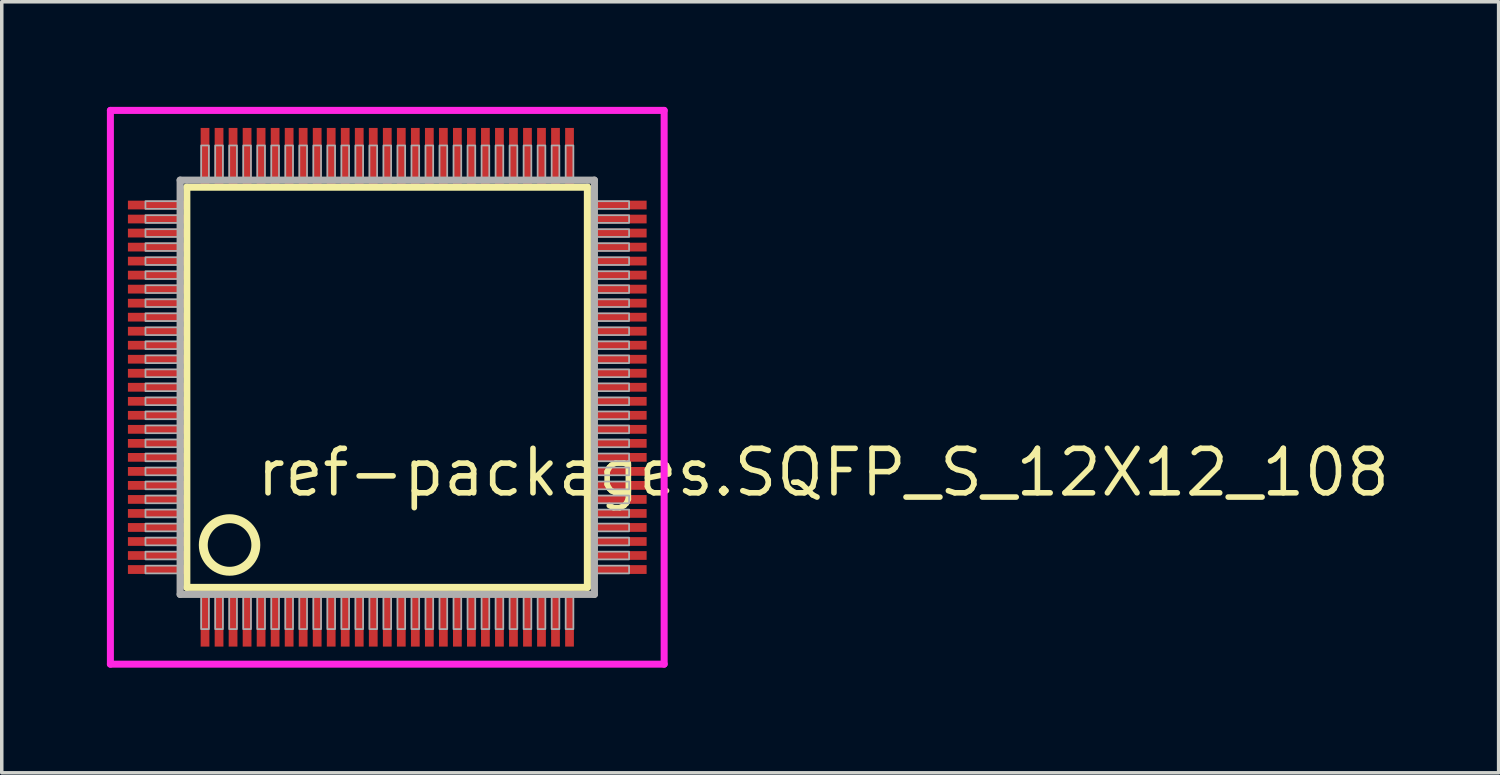
<source format=kicad_pcb>
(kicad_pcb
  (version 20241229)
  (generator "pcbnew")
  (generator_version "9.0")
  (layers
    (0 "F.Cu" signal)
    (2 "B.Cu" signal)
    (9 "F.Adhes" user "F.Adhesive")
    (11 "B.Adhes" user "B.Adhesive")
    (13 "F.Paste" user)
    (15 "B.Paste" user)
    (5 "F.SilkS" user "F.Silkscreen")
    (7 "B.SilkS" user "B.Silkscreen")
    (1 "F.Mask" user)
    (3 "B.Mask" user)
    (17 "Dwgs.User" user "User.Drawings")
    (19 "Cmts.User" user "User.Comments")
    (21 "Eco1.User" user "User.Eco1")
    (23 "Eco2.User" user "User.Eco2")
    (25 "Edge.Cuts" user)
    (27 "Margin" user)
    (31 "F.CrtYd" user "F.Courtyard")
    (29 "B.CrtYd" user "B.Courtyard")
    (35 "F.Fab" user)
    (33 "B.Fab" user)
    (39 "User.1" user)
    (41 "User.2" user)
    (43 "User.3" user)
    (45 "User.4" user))
  (footprint "ref-packages.SQFP_S_12X12_108"
    (layer "F.Cu")
    (at 8 8)
    (property "Reference" "ref-packages.SQFP_S_12X12_108" (at -3.81 3.175 0) (layer "F.SilkS") (effects (font (size 1.27 1.27) (thickness 0.16)) (justify left bottom)))
    (attr smd)
    (fp_line (start -5.72 -5.71) (end 5.71 -5.71) (stroke (width 0.203) (type default)) (layer "F.SilkS"))
    (fp_line (start -5.72 5.71) (end -5.72 -5.71) (stroke (width 0.203) (type default)) (layer "F.SilkS"))
    (fp_line (start 5.71 -5.71) (end 5.71 5.71) (stroke (width 0.203) (type default)) (layer "F.SilkS"))
    (fp_line (start 5.71 5.71) (end -5.72 5.71) (stroke (width 0.203) (type default)) (layer "F.SilkS"))
    (fp_circle (center -4.5 4.5) (end -3.75 4.5) (stroke (width 0.254) (type default)) (fill no) (layer "F.SilkS"))
    (fp_line (start -7.9 -7.9) (end 7.9 -7.9) (stroke (width 0.2) (type default)) (layer "F.CrtYd"))
    (fp_line (start -7.9 7.9) (end -7.9 -7.9) (stroke (width 0.2) (type default)) (layer "F.CrtYd"))
    (fp_line (start 7.9 -7.9) (end 7.9 7.9) (stroke (width 0.2) (type default)) (layer "F.CrtYd"))
    (fp_line (start 7.9 7.9) (end -7.9 7.9) (stroke (width 0.2) (type default)) (layer "F.CrtYd"))
    (fp_line (start -5.91 -5.91) (end -5.91 5.91) (stroke (width 0.203) (type default)) (layer "F.Fab"))
    (fp_line (start -5.91 5.91) (end 5.91 5.91) (stroke (width 0.203) (type default)) (layer "F.Fab"))
    (fp_line (start 5.91 -5.91) (end -5.91 -5.91) (stroke (width 0.203) (type default)) (layer "F.Fab"))
    (fp_line (start 5.91 5.91) (end 5.91 -5.91) (stroke (width 0.203) (type default)) (layer "F.Fab"))
    (fp_rect (start -6.9 -5.09) (end -5.95 -5.31) (stroke (width 0.05) (type default)) (fill no) (layer "F.Fab"))
    (fp_rect (start -6.9 -4.69) (end -5.95 -4.91) (stroke (width 0.05) (type default)) (fill no) (layer "F.Fab"))
    (fp_rect (start -6.9 -4.29) (end -5.95 -4.51) (stroke (width 0.05) (type default)) (fill no) (layer "F.Fab"))
    (fp_rect (start -6.9 -3.89) (end -5.95 -4.11) (stroke (width 0.05) (type default)) (fill no) (layer "F.Fab"))
    (fp_rect (start -6.9 -3.49) (end -5.95 -3.71) (stroke (width 0.05) (type default)) (fill no) (layer "F.Fab"))
    (fp_rect (start -6.9 -3.09) (end -5.95 -3.31) (stroke (width 0.05) (type default)) (fill no) (layer "F.Fab"))
    (fp_rect (start -6.9 -2.69) (end -5.95 -2.91) (stroke (width 0.05) (type default)) (fill no) (layer "F.Fab"))
    (fp_rect (start -6.9 -2.29) (end -5.95 -2.51) (stroke (width 0.05) (type default)) (fill no) (layer "F.Fab"))
    (fp_rect (start -6.9 -1.89) (end -5.95 -2.11) (stroke (width 0.05) (type default)) (fill no) (layer "F.Fab"))
    (fp_rect (start -6.9 -1.49) (end -5.95 -1.71) (stroke (width 0.05) (type default)) (fill no) (layer "F.Fab"))
    (fp_rect (start -6.9 -1.09) (end -5.95 -1.31) (stroke (width 0.05) (type default)) (fill no) (layer "F.Fab"))
    (fp_rect (start -6.9 -0.69) (end -5.95 -0.91) (stroke (width 0.05) (type default)) (fill no) (layer "F.Fab"))
    (fp_rect (start -6.9 -0.29) (end -5.95 -0.51) (stroke (width 0.05) (type default)) (fill no) (layer "F.Fab"))
    (fp_rect (start -6.9 0.11) (end -5.95 -0.11) (stroke (width 0.05) (type default)) (fill no) (layer "F.Fab"))
    (fp_rect (start -6.9 0.51) (end -5.95 0.29) (stroke (width 0.05) (type default)) (fill no) (layer "F.Fab"))
    (fp_rect (start -6.9 0.91) (end -5.95 0.69) (stroke (width 0.05) (type default)) (fill no) (layer "F.Fab"))
    (fp_rect (start -6.9 1.31) (end -5.95 1.09) (stroke (width 0.05) (type default)) (fill no) (layer "F.Fab"))
    (fp_rect (start -6.9 1.71) (end -5.95 1.49) (stroke (width 0.05) (type default)) (fill no) (layer "F.Fab"))
    (fp_rect (start -6.9 2.11) (end -5.95 1.89) (stroke (width 0.05) (type default)) (fill no) (layer "F.Fab"))
    (fp_rect (start -6.9 2.51) (end -5.95 2.29) (stroke (width 0.05) (type default)) (fill no) (layer "F.Fab"))
    (fp_rect (start -6.9 2.91) (end -5.95 2.69) (stroke (width 0.05) (type default)) (fill no) (layer "F.Fab"))
    (fp_rect (start -6.9 3.31) (end -5.95 3.09) (stroke (width 0.05) (type default)) (fill no) (layer "F.Fab"))
    (fp_rect (start -6.9 3.71) (end -5.95 3.49) (stroke (width 0.05) (type default)) (fill no) (layer "F.Fab"))
    (fp_rect (start -6.9 4.11) (end -5.95 3.89) (stroke (width 0.05) (type default)) (fill no) (layer "F.Fab"))
    (fp_rect (start -6.9 4.51) (end -5.95 4.29) (stroke (width 0.05) (type default)) (fill no) (layer "F.Fab"))
    (fp_rect (start -6.9 4.91) (end -5.95 4.69) (stroke (width 0.05) (type default)) (fill no) (layer "F.Fab"))
    (fp_rect (start -6.9 5.31) (end -5.95 5.09) (stroke (width 0.05) (type default)) (fill no) (layer "F.Fab"))
    (fp_rect (start -5.31 -5.95) (end -5.09 -6.9) (stroke (width 0.05) (type default)) (fill no) (layer "F.Fab"))
    (fp_rect (start -5.31 6.9) (end -5.09 5.95) (stroke (width 0.05) (type default)) (fill no) (layer "F.Fab"))
    (fp_rect (start -4.91 -5.95) (end -4.69 -6.9) (stroke (width 0.05) (type default)) (fill no) (layer "F.Fab"))
    (fp_rect (start -4.91 6.9) (end -4.69 5.95) (stroke (width 0.05) (type default)) (fill no) (layer "F.Fab"))
    (fp_rect (start -4.51 -5.95) (end -4.29 -6.9) (stroke (width 0.05) (type default)) (fill no) (layer "F.Fab"))
    (fp_rect (start -4.51 6.9) (end -4.29 5.95) (stroke (width 0.05) (type default)) (fill no) (layer "F.Fab"))
    (fp_rect (start -4.11 -5.95) (end -3.89 -6.9) (stroke (width 0.05) (type default)) (fill no) (layer "F.Fab"))
    (fp_rect (start -4.11 6.9) (end -3.89 5.95) (stroke (width 0.05) (type default)) (fill no) (layer "F.Fab"))
    (fp_rect (start -3.71 -5.95) (end -3.49 -6.9) (stroke (width 0.05) (type default)) (fill no) (layer "F.Fab"))
    (fp_rect (start -3.71 6.9) (end -3.49 5.95) (stroke (width 0.05) (type default)) (fill no) (layer "F.Fab"))
    (fp_rect (start -3.31 -5.95) (end -3.09 -6.9) (stroke (width 0.05) (type default)) (fill no) (layer "F.Fab"))
    (fp_rect (start -3.31 6.9) (end -3.09 5.95) (stroke (width 0.05) (type default)) (fill no) (layer "F.Fab"))
    (fp_rect (start -2.91 -5.95) (end -2.69 -6.9) (stroke (width 0.05) (type default)) (fill no) (layer "F.Fab"))
    (fp_rect (start -2.91 6.9) (end -2.69 5.95) (stroke (width 0.05) (type default)) (fill no) (layer "F.Fab"))
    (fp_rect (start -2.51 -5.95) (end -2.29 -6.9) (stroke (width 0.05) (type default)) (fill no) (layer "F.Fab"))
    (fp_rect (start -2.51 6.9) (end -2.29 5.95) (stroke (width 0.05) (type default)) (fill no) (layer "F.Fab"))
    (fp_rect (start -2.11 -5.95) (end -1.89 -6.9) (stroke (width 0.05) (type default)) (fill no) (layer "F.Fab"))
    (fp_rect (start -2.11 6.9) (end -1.89 5.95) (stroke (width 0.05) (type default)) (fill no) (layer "F.Fab"))
    (fp_rect (start -1.71 -5.95) (end -1.49 -6.9) (stroke (width 0.05) (type default)) (fill no) (layer "F.Fab"))
    (fp_rect (start -1.71 6.9) (end -1.49 5.95) (stroke (width 0.05) (type default)) (fill no) (layer "F.Fab"))
    (fp_rect (start -1.31 -5.95) (end -1.09 -6.9) (stroke (width 0.05) (type default)) (fill no) (layer "F.Fab"))
    (fp_rect (start -1.31 6.9) (end -1.09 5.95) (stroke (width 0.05) (type default)) (fill no) (layer "F.Fab"))
    (fp_rect (start -0.91 -5.95) (end -0.69 -6.9) (stroke (width 0.05) (type default)) (fill no) (layer "F.Fab"))
    (fp_rect (start -0.91 6.9) (end -0.69 5.95) (stroke (width 0.05) (type default)) (fill no) (layer "F.Fab"))
    (fp_rect (start -0.51 -5.95) (end -0.29 -6.9) (stroke (width 0.05) (type default)) (fill no) (layer "F.Fab"))
    (fp_rect (start -0.51 6.9) (end -0.29 5.95) (stroke (width 0.05) (type default)) (fill no) (layer "F.Fab"))
    (fp_rect (start -0.11 -5.95) (end 0.11 -6.9) (stroke (width 0.05) (type default)) (fill no) (layer "F.Fab"))
    (fp_rect (start -0.11 6.9) (end 0.11 5.95) (stroke (width 0.05) (type default)) (fill no) (layer "F.Fab"))
    (fp_rect (start 0.29 -5.95) (end 0.51 -6.9) (stroke (width 0.05) (type default)) (fill no) (layer "F.Fab"))
    (fp_rect (start 0.29 6.9) (end 0.51 5.95) (stroke (width 0.05) (type default)) (fill no) (layer "F.Fab"))
    (fp_rect (start 0.69 -5.95) (end 0.91 -6.9) (stroke (width 0.05) (type default)) (fill no) (layer "F.Fab"))
    (fp_rect (start 0.69 6.9) (end 0.91 5.95) (stroke (width 0.05) (type default)) (fill no) (layer "F.Fab"))
    (fp_rect (start 1.09 -5.95) (end 1.31 -6.9) (stroke (width 0.05) (type default)) (fill no) (layer "F.Fab"))
    (fp_rect (start 1.09 6.9) (end 1.31 5.95) (stroke (width 0.05) (type default)) (fill no) (layer "F.Fab"))
    (fp_rect (start 1.49 -5.95) (end 1.71 -6.9) (stroke (width 0.05) (type default)) (fill no) (layer "F.Fab"))
    (fp_rect (start 1.49 6.9) (end 1.71 5.95) (stroke (width 0.05) (type default)) (fill no) (layer "F.Fab"))
    (fp_rect (start 1.89 -5.95) (end 2.11 -6.9) (stroke (width 0.05) (type default)) (fill no) (layer "F.Fab"))
    (fp_rect (start 1.89 6.9) (end 2.11 5.95) (stroke (width 0.05) (type default)) (fill no) (layer "F.Fab"))
    (fp_rect (start 2.29 -5.95) (end 2.51 -6.9) (stroke (width 0.05) (type default)) (fill no) (layer "F.Fab"))
    (fp_rect (start 2.29 6.9) (end 2.51 5.95) (stroke (width 0.05) (type default)) (fill no) (layer "F.Fab"))
    (fp_rect (start 2.69 -5.95) (end 2.91 -6.9) (stroke (width 0.05) (type default)) (fill no) (layer "F.Fab"))
    (fp_rect (start 2.69 6.9) (end 2.91 5.95) (stroke (width 0.05) (type default)) (fill no) (layer "F.Fab"))
    (fp_rect (start 3.09 -5.95) (end 3.31 -6.9) (stroke (width 0.05) (type default)) (fill no) (layer "F.Fab"))
    (fp_rect (start 3.09 6.9) (end 3.31 5.95) (stroke (width 0.05) (type default)) (fill no) (layer "F.Fab"))
    (fp_rect (start 3.49 -5.95) (end 3.71 -6.9) (stroke (width 0.05) (type default)) (fill no) (layer "F.Fab"))
    (fp_rect (start 3.49 6.9) (end 3.71 5.95) (stroke (width 0.05) (type default)) (fill no) (layer "F.Fab"))
    (fp_rect (start 3.89 -5.95) (end 4.11 -6.9) (stroke (width 0.05) (type default)) (fill no) (layer "F.Fab"))
    (fp_rect (start 3.89 6.9) (end 4.11 5.95) (stroke (width 0.05) (type default)) (fill no) (layer "F.Fab"))
    (fp_rect (start 4.29 -5.95) (end 4.51 -6.9) (stroke (width 0.05) (type default)) (fill no) (layer "F.Fab"))
    (fp_rect (start 4.29 6.9) (end 4.51 5.95) (stroke (width 0.05) (type default)) (fill no) (layer "F.Fab"))
    (fp_rect (start 4.69 -5.95) (end 4.91 -6.9) (stroke (width 0.05) (type default)) (fill no) (layer "F.Fab"))
    (fp_rect (start 4.69 6.9) (end 4.91 5.95) (stroke (width 0.05) (type default)) (fill no) (layer "F.Fab"))
    (fp_rect (start 5.09 -5.95) (end 5.31 -6.9) (stroke (width 0.05) (type default)) (fill no) (layer "F.Fab"))
    (fp_rect (start 5.09 6.9) (end 5.31 5.95) (stroke (width 0.05) (type default)) (fill no) (layer "F.Fab"))
    (fp_rect (start 5.95 -5.09) (end 6.9 -5.31) (stroke (width 0.05) (type default)) (fill no) (layer "F.Fab"))
    (fp_rect (start 5.95 -4.69) (end 6.9 -4.91) (stroke (width 0.05) (type default)) (fill no) (layer "F.Fab"))
    (fp_rect (start 5.95 -4.29) (end 6.9 -4.51) (stroke (width 0.05) (type default)) (fill no) (layer "F.Fab"))
    (fp_rect (start 5.95 -3.89) (end 6.9 -4.11) (stroke (width 0.05) (type default)) (fill no) (layer "F.Fab"))
    (fp_rect (start 5.95 -3.49) (end 6.9 -3.71) (stroke (width 0.05) (type default)) (fill no) (layer "F.Fab"))
    (fp_rect (start 5.95 -3.09) (end 6.9 -3.31) (stroke (width 0.05) (type default)) (fill no) (layer "F.Fab"))
    (fp_rect (start 5.95 -2.69) (end 6.9 -2.91) (stroke (width 0.05) (type default)) (fill no) (layer "F.Fab"))
    (fp_rect (start 5.95 -2.29) (end 6.9 -2.51) (stroke (width 0.05) (type default)) (fill no) (layer "F.Fab"))
    (fp_rect (start 5.95 -1.89) (end 6.9 -2.11) (stroke (width 0.05) (type default)) (fill no) (layer "F.Fab"))
    (fp_rect (start 5.95 -1.49) (end 6.9 -1.71) (stroke (width 0.05) (type default)) (fill no) (layer "F.Fab"))
    (fp_rect (start 5.95 -1.09) (end 6.9 -1.31) (stroke (width 0.05) (type default)) (fill no) (layer "F.Fab"))
    (fp_rect (start 5.95 -0.69) (end 6.9 -0.91) (stroke (width 0.05) (type default)) (fill no) (layer "F.Fab"))
    (fp_rect (start 5.95 -0.29) (end 6.9 -0.51) (stroke (width 0.05) (type default)) (fill no) (layer "F.Fab"))
    (fp_rect (start 5.95 0.11) (end 6.9 -0.11) (stroke (width 0.05) (type default)) (fill no) (layer "F.Fab"))
    (fp_rect (start 5.95 0.51) (end 6.9 0.29) (stroke (width 0.05) (type default)) (fill no) (layer "F.Fab"))
    (fp_rect (start 5.95 0.91) (end 6.9 0.69) (stroke (width 0.05) (type default)) (fill no) (layer "F.Fab"))
    (fp_rect (start 5.95 1.31) (end 6.9 1.09) (stroke (width 0.05) (type default)) (fill no) (layer "F.Fab"))
    (fp_rect (start 5.95 1.71) (end 6.9 1.49) (stroke (width 0.05) (type default)) (fill no) (layer "F.Fab"))
    (fp_rect (start 5.95 2.11) (end 6.9 1.89) (stroke (width 0.05) (type default)) (fill no) (layer "F.Fab"))
    (fp_rect (start 5.95 2.51) (end 6.9 2.29) (stroke (width 0.05) (type default)) (fill no) (layer "F.Fab"))
    (fp_rect (start 5.95 2.91) (end 6.9 2.69) (stroke (width 0.05) (type default)) (fill no) (layer "F.Fab"))
    (fp_rect (start 5.95 3.31) (end 6.9 3.09) (stroke (width 0.05) (type default)) (fill no) (layer "F.Fab"))
    (fp_rect (start 5.95 3.71) (end 6.9 3.49) (stroke (width 0.05) (type default)) (fill no) (layer "F.Fab"))
    (fp_rect (start 5.95 4.11) (end 6.9 3.89) (stroke (width 0.05) (type default)) (fill no) (layer "F.Fab"))
    (fp_rect (start 5.95 4.51) (end 6.9 4.29) (stroke (width 0.05) (type default)) (fill no) (layer "F.Fab"))
    (fp_rect (start 5.95 4.91) (end 6.9 4.69) (stroke (width 0.05) (type default)) (fill no) (layer "F.Fab"))
    (fp_rect (start 5.95 5.31) (end 6.9 5.09) (stroke (width 0.05) (type default)) (fill no) (layer "F.Fab"))
    (pad "1" smd roundrect (at -5.2 6.6) (size 0.25 1.6) (layers "F.Cu" "F.Mask" "F.Paste") (roundrect_rratio 0.01))
    (pad "2" smd roundrect (at -4.8 6.6) (size 0.25 1.6) (layers "F.Cu" "F.Mask" "F.Paste") (roundrect_rratio 0.01))
    (pad "3" smd roundrect (at -4.4 6.6) (size 0.25 1.6) (layers "F.Cu" "F.Mask" "F.Paste") (roundrect_rratio 0.01))
    (pad "4" smd roundrect (at -4 6.6) (size 0.25 1.6) (layers "F.Cu" "F.Mask" "F.Paste") (roundrect_rratio 0.01))
    (pad "5" smd roundrect (at -3.6 6.6) (size 0.25 1.6) (layers "F.Cu" "F.Mask" "F.Paste") (roundrect_rratio 0.01))
    (pad "6" smd roundrect (at -3.2 6.6) (size 0.25 1.6) (layers "F.Cu" "F.Mask" "F.Paste") (roundrect_rratio 0.01))
    (pad "7" smd roundrect (at -2.8 6.6) (size 0.25 1.6) (layers "F.Cu" "F.Mask" "F.Paste") (roundrect_rratio 0.01))
    (pad "8" smd roundrect (at -2.4 6.6) (size 0.25 1.6) (layers "F.Cu" "F.Mask" "F.Paste") (roundrect_rratio 0.01))
    (pad "9" smd roundrect (at -2 6.6) (size 0.25 1.6) (layers "F.Cu" "F.Mask" "F.Paste") (roundrect_rratio 0.01))
    (pad "10" smd roundrect (at -1.6 6.6) (size 0.25 1.6) (layers "F.Cu" "F.Mask" "F.Paste") (roundrect_rratio 0.01))
    (pad "11" smd roundrect (at -1.2 6.6) (size 0.25 1.6) (layers "F.Cu" "F.Mask" "F.Paste") (roundrect_rratio 0.01))
    (pad "12" smd roundrect (at -0.8 6.6) (size 0.25 1.6) (layers "F.Cu" "F.Mask" "F.Paste") (roundrect_rratio 0.01))
    (pad "13" smd roundrect (at -0.4 6.6) (size 0.25 1.6) (layers "F.Cu" "F.Mask" "F.Paste") (roundrect_rratio 0.01))
    (pad "14" smd roundrect (at 0 6.6) (size 0.25 1.6) (layers "F.Cu" "F.Mask" "F.Paste") (roundrect_rratio 0.01))
    (pad "15" smd roundrect (at 0.4 6.6) (size 0.25 1.6) (layers "F.Cu" "F.Mask" "F.Paste") (roundrect_rratio 0.01))
    (pad "16" smd roundrect (at 0.8 6.6) (size 0.25 1.6) (layers "F.Cu" "F.Mask" "F.Paste") (roundrect_rratio 0.01))
    (pad "17" smd roundrect (at 1.2 6.6) (size 0.25 1.6) (layers "F.Cu" "F.Mask" "F.Paste") (roundrect_rratio 0.01))
    (pad "18" smd roundrect (at 1.6 6.6) (size 0.25 1.6) (layers "F.Cu" "F.Mask" "F.Paste") (roundrect_rratio 0.01))
    (pad "19" smd roundrect (at 2 6.6) (size 0.25 1.6) (layers "F.Cu" "F.Mask" "F.Paste") (roundrect_rratio 0.01))
    (pad "20" smd roundrect (at 2.4 6.6) (size 0.25 1.6) (layers "F.Cu" "F.Mask" "F.Paste") (roundrect_rratio 0.01))
    (pad "21" smd roundrect (at 2.8 6.6) (size 0.25 1.6) (layers "F.Cu" "F.Mask" "F.Paste") (roundrect_rratio 0.01))
    (pad "22" smd roundrect (at 3.2 6.6) (size 0.25 1.6) (layers "F.Cu" "F.Mask" "F.Paste") (roundrect_rratio 0.01))
    (pad "23" smd roundrect (at 3.6 6.6) (size 0.25 1.6) (layers "F.Cu" "F.Mask" "F.Paste") (roundrect_rratio 0.01))
    (pad "24" smd roundrect (at 4 6.6) (size 0.25 1.6) (layers "F.Cu" "F.Mask" "F.Paste") (roundrect_rratio 0.01))
    (pad "25" smd roundrect (at 4.4 6.6) (size 0.25 1.6) (layers "F.Cu" "F.Mask" "F.Paste") (roundrect_rratio 0.01))
    (pad "26" smd roundrect (at 4.8 6.6) (size 0.25 1.6) (layers "F.Cu" "F.Mask" "F.Paste") (roundrect_rratio 0.01))
    (pad "27" smd roundrect (at 5.2 6.6) (size 0.25 1.6) (layers "F.Cu" "F.Mask" "F.Paste") (roundrect_rratio 0.01))
    (pad "28" smd roundrect (at 6.6 5.2) (size 1.6 0.25) (layers "F.Cu" "F.Mask" "F.Paste") (roundrect_rratio 0.01))
    (pad "29" smd roundrect (at 6.6 4.8) (size 1.6 0.25) (layers "F.Cu" "F.Mask" "F.Paste") (roundrect_rratio 0.01))
    (pad "30" smd roundrect (at 6.6 4.4) (size 1.6 0.25) (layers "F.Cu" "F.Mask" "F.Paste") (roundrect_rratio 0.01))
    (pad "31" smd roundrect (at 6.6 4) (size 1.6 0.25) (layers "F.Cu" "F.Mask" "F.Paste") (roundrect_rratio 0.01))
    (pad "32" smd roundrect (at 6.6 3.6) (size 1.6 0.25) (layers "F.Cu" "F.Mask" "F.Paste") (roundrect_rratio 0.01))
    (pad "33" smd roundrect (at 6.6 3.2) (size 1.6 0.25) (layers "F.Cu" "F.Mask" "F.Paste") (roundrect_rratio 0.01))
    (pad "34" smd roundrect (at 6.6 2.8) (size 1.6 0.25) (layers "F.Cu" "F.Mask" "F.Paste") (roundrect_rratio 0.01))
    (pad "35" smd roundrect (at 6.6 2.4) (size 1.6 0.25) (layers "F.Cu" "F.Mask" "F.Paste") (roundrect_rratio 0.01))
    (pad "36" smd roundrect (at 6.6 2) (size 1.6 0.25) (layers "F.Cu" "F.Mask" "F.Paste") (roundrect_rratio 0.01))
    (pad "37" smd roundrect (at 6.6 1.6) (size 1.6 0.25) (layers "F.Cu" "F.Mask" "F.Paste") (roundrect_rratio 0.01))
    (pad "38" smd roundrect (at 6.6 1.2) (size 1.6 0.25) (layers "F.Cu" "F.Mask" "F.Paste") (roundrect_rratio 0.01))
    (pad "39" smd roundrect (at 6.6 0.8) (size 1.6 0.25) (layers "F.Cu" "F.Mask" "F.Paste") (roundrect_rratio 0.01))
    (pad "40" smd roundrect (at 6.6 0.4) (size 1.6 0.25) (layers "F.Cu" "F.Mask" "F.Paste") (roundrect_rratio 0.01))
    (pad "41" smd roundrect (at 6.6 0) (size 1.6 0.25) (layers "F.Cu" "F.Mask" "F.Paste") (roundrect_rratio 0.01))
    (pad "42" smd roundrect (at 6.6 -0.4) (size 1.6 0.25) (layers "F.Cu" "F.Mask" "F.Paste") (roundrect_rratio 0.01))
    (pad "43" smd roundrect (at 6.6 -0.8) (size 1.6 0.25) (layers "F.Cu" "F.Mask" "F.Paste") (roundrect_rratio 0.01))
    (pad "44" smd roundrect (at 6.6 -1.2) (size 1.6 0.25) (layers "F.Cu" "F.Mask" "F.Paste") (roundrect_rratio 0.01))
    (pad "45" smd roundrect (at 6.6 -1.6) (size 1.6 0.25) (layers "F.Cu" "F.Mask" "F.Paste") (roundrect_rratio 0.01))
    (pad "46" smd roundrect (at 6.6 -2) (size 1.6 0.25) (layers "F.Cu" "F.Mask" "F.Paste") (roundrect_rratio 0.01))
    (pad "47" smd roundrect (at 6.6 -2.4) (size 1.6 0.25) (layers "F.Cu" "F.Mask" "F.Paste") (roundrect_rratio 0.01))
    (pad "48" smd roundrect (at 6.6 -2.8) (size 1.6 0.25) (layers "F.Cu" "F.Mask" "F.Paste") (roundrect_rratio 0.01))
    (pad "49" smd roundrect (at 6.6 -3.2) (size 1.6 0.25) (layers "F.Cu" "F.Mask" "F.Paste") (roundrect_rratio 0.01))
    (pad "50" smd roundrect (at 6.6 -3.6) (size 1.6 0.25) (layers "F.Cu" "F.Mask" "F.Paste") (roundrect_rratio 0.01))
    (pad "51" smd roundrect (at 6.6 -4) (size 1.6 0.25) (layers "F.Cu" "F.Mask" "F.Paste") (roundrect_rratio 0.01))
    (pad "52" smd roundrect (at 6.6 -4.4) (size 1.6 0.25) (layers "F.Cu" "F.Mask" "F.Paste") (roundrect_rratio 0.01))
    (pad "53" smd roundrect (at 6.6 -4.8) (size 1.6 0.25) (layers "F.Cu" "F.Mask" "F.Paste") (roundrect_rratio 0.01))
    (pad "54" smd roundrect (at 6.6 -5.2) (size 1.6 0.25) (layers "F.Cu" "F.Mask" "F.Paste") (roundrect_rratio 0.01))
    (pad "55" smd roundrect (at 5.2 -6.6) (size 0.25 1.6) (layers "F.Cu" "F.Mask" "F.Paste") (roundrect_rratio 0.01))
    (pad "56" smd roundrect (at 4.8 -6.6) (size 0.25 1.6) (layers "F.Cu" "F.Mask" "F.Paste") (roundrect_rratio 0.01))
    (pad "57" smd roundrect (at 4.4 -6.6) (size 0.25 1.6) (layers "F.Cu" "F.Mask" "F.Paste") (roundrect_rratio 0.01))
    (pad "58" smd roundrect (at 4 -6.6) (size 0.25 1.6) (layers "F.Cu" "F.Mask" "F.Paste") (roundrect_rratio 0.01))
    (pad "59" smd roundrect (at 3.6 -6.6) (size 0.25 1.6) (layers "F.Cu" "F.Mask" "F.Paste") (roundrect_rratio 0.01))
    (pad "60" smd roundrect (at 3.2 -6.6) (size 0.25 1.6) (layers "F.Cu" "F.Mask" "F.Paste") (roundrect_rratio 0.01))
    (pad "61" smd roundrect (at 2.8 -6.6) (size 0.25 1.6) (layers "F.Cu" "F.Mask" "F.Paste") (roundrect_rratio 0.01))
    (pad "62" smd roundrect (at 2.4 -6.6) (size 0.25 1.6) (layers "F.Cu" "F.Mask" "F.Paste") (roundrect_rratio 0.01))
    (pad "63" smd roundrect (at 2 -6.6) (size 0.25 1.6) (layers "F.Cu" "F.Mask" "F.Paste") (roundrect_rratio 0.01))
    (pad "64" smd roundrect (at 1.6 -6.6) (size 0.25 1.6) (layers "F.Cu" "F.Mask" "F.Paste") (roundrect_rratio 0.01))
    (pad "65" smd roundrect (at 1.2 -6.6) (size 0.25 1.6) (layers "F.Cu" "F.Mask" "F.Paste") (roundrect_rratio 0.01))
    (pad "66" smd roundrect (at 0.8 -6.6) (size 0.25 1.6) (layers "F.Cu" "F.Mask" "F.Paste") (roundrect_rratio 0.01))
    (pad "67" smd roundrect (at 0.4 -6.6) (size 0.25 1.6) (layers "F.Cu" "F.Mask" "F.Paste") (roundrect_rratio 0.01))
    (pad "68" smd roundrect (at 0 -6.6) (size 0.25 1.6) (layers "F.Cu" "F.Mask" "F.Paste") (roundrect_rratio 0.01))
    (pad "69" smd roundrect (at -0.4 -6.6) (size 0.25 1.6) (layers "F.Cu" "F.Mask" "F.Paste") (roundrect_rratio 0.01))
    (pad "70" smd roundrect (at -0.8 -6.6) (size 0.25 1.6) (layers "F.Cu" "F.Mask" "F.Paste") (roundrect_rratio 0.01))
    (pad "71" smd roundrect (at -1.2 -6.6) (size 0.25 1.6) (layers "F.Cu" "F.Mask" "F.Paste") (roundrect_rratio 0.01))
    (pad "72" smd roundrect (at -1.6 -6.6) (size 0.25 1.6) (layers "F.Cu" "F.Mask" "F.Paste") (roundrect_rratio 0.01))
    (pad "73" smd roundrect (at -2 -6.6) (size 0.25 1.6) (layers "F.Cu" "F.Mask" "F.Paste") (roundrect_rratio 0.01))
    (pad "74" smd roundrect (at -2.4 -6.6) (size 0.25 1.6) (layers "F.Cu" "F.Mask" "F.Paste") (roundrect_rratio 0.01))
    (pad "75" smd roundrect (at -2.8 -6.6) (size 0.25 1.6) (layers "F.Cu" "F.Mask" "F.Paste") (roundrect_rratio 0.01))
    (pad "76" smd roundrect (at -3.2 -6.6) (size 0.25 1.6) (layers "F.Cu" "F.Mask" "F.Paste") (roundrect_rratio 0.01))
    (pad "77" smd roundrect (at -3.6 -6.6) (size 0.25 1.6) (layers "F.Cu" "F.Mask" "F.Paste") (roundrect_rratio 0.01))
    (pad "78" smd roundrect (at -4 -6.6) (size 0.25 1.6) (layers "F.Cu" "F.Mask" "F.Paste") (roundrect_rratio 0.01))
    (pad "79" smd roundrect (at -4.4 -6.6) (size 0.25 1.6) (layers "F.Cu" "F.Mask" "F.Paste") (roundrect_rratio 0.01))
    (pad "80" smd roundrect (at -4.8 -6.6) (size 0.25 1.6) (layers "F.Cu" "F.Mask" "F.Paste") (roundrect_rratio 0.01))
    (pad "81" smd roundrect (at -5.2 -6.6) (size 0.25 1.6) (layers "F.Cu" "F.Mask" "F.Paste") (roundrect_rratio 0.01))
    (pad "82" smd roundrect (at -6.6 -5.2) (size 1.6 0.25) (layers "F.Cu" "F.Mask" "F.Paste") (roundrect_rratio 0.01))
    (pad "83" smd roundrect (at -6.6 -4.8) (size 1.6 0.25) (layers "F.Cu" "F.Mask" "F.Paste") (roundrect_rratio 0.01))
    (pad "84" smd roundrect (at -6.6 -4.4) (size 1.6 0.25) (layers "F.Cu" "F.Mask" "F.Paste") (roundrect_rratio 0.01))
    (pad "85" smd roundrect (at -6.6 -4) (size 1.6 0.25) (layers "F.Cu" "F.Mask" "F.Paste") (roundrect_rratio 0.01))
    (pad "86" smd roundrect (at -6.6 -3.6) (size 1.6 0.25) (layers "F.Cu" "F.Mask" "F.Paste") (roundrect_rratio 0.01))
    (pad "87" smd roundrect (at -6.6 -3.2) (size 1.6 0.25) (layers "F.Cu" "F.Mask" "F.Paste") (roundrect_rratio 0.01))
    (pad "88" smd roundrect (at -6.6 -2.8) (size 1.6 0.25) (layers "F.Cu" "F.Mask" "F.Paste") (roundrect_rratio 0.01))
    (pad "89" smd roundrect (at -6.6 -2.4) (size 1.6 0.25) (layers "F.Cu" "F.Mask" "F.Paste") (roundrect_rratio 0.01))
    (pad "90" smd roundrect (at -6.6 -2) (size 1.6 0.25) (layers "F.Cu" "F.Mask" "F.Paste") (roundrect_rratio 0.01))
    (pad "91" smd roundrect (at -6.6 -1.6) (size 1.6 0.25) (layers "F.Cu" "F.Mask" "F.Paste") (roundrect_rratio 0.01))
    (pad "92" smd roundrect (at -6.6 -1.2) (size 1.6 0.25) (layers "F.Cu" "F.Mask" "F.Paste") (roundrect_rratio 0.01))
    (pad "93" smd roundrect (at -6.6 -0.8) (size 1.6 0.25) (layers "F.Cu" "F.Mask" "F.Paste") (roundrect_rratio 0.01))
    (pad "94" smd roundrect (at -6.6 -0.4) (size 1.6 0.25) (layers "F.Cu" "F.Mask" "F.Paste") (roundrect_rratio 0.01))
    (pad "95" smd roundrect (at -6.6 0) (size 1.6 0.25) (layers "F.Cu" "F.Mask" "F.Paste") (roundrect_rratio 0.01))
    (pad "96" smd roundrect (at -6.6 0.4) (size 1.6 0.25) (layers "F.Cu" "F.Mask" "F.Paste") (roundrect_rratio 0.01))
    (pad "97" smd roundrect (at -6.6 0.8) (size 1.6 0.25) (layers "F.Cu" "F.Mask" "F.Paste") (roundrect_rratio 0.01))
    (pad "98" smd roundrect (at -6.6 1.2) (size 1.6 0.25) (layers "F.Cu" "F.Mask" "F.Paste") (roundrect_rratio 0.01))
    (pad "99" smd roundrect (at -6.6 1.6) (size 1.6 0.25) (layers "F.Cu" "F.Mask" "F.Paste") (roundrect_rratio 0.01))
    (pad "100" smd roundrect (at -6.6 2) (size 1.6 0.25) (layers "F.Cu" "F.Mask" "F.Paste") (roundrect_rratio 0.01))
    (pad "101" smd roundrect (at -6.6 2.4) (size 1.6 0.25) (layers "F.Cu" "F.Mask" "F.Paste") (roundrect_rratio 0.01))
    (pad "102" smd roundrect (at -6.6 2.8) (size 1.6 0.25) (layers "F.Cu" "F.Mask" "F.Paste") (roundrect_rratio 0.01))
    (pad "103" smd roundrect (at -6.6 3.2) (size 1.6 0.25) (layers "F.Cu" "F.Mask" "F.Paste") (roundrect_rratio 0.01))
    (pad "104" smd roundrect (at -6.6 3.6) (size 1.6 0.25) (layers "F.Cu" "F.Mask" "F.Paste") (roundrect_rratio 0.01))
    (pad "105" smd roundrect (at -6.6 4) (size 1.6 0.25) (layers "F.Cu" "F.Mask" "F.Paste") (roundrect_rratio 0.01))
    (pad "106" smd roundrect (at -6.6 4.4) (size 1.6 0.25) (layers "F.Cu" "F.Mask" "F.Paste") (roundrect_rratio 0.01))
    (pad "107" smd roundrect (at -6.6 4.8) (size 1.6 0.25) (layers "F.Cu" "F.Mask" "F.Paste") (roundrect_rratio 0.01))
    (pad "108" smd roundrect (at -6.6 5.2) (size 1.6 0.25) (layers "F.Cu" "F.Mask" "F.Paste") (roundrect_rratio 0.01)))
  (gr_rect
    (start -3 -3)
    (end 39.71 19)
    (stroke (width 0.1) (type default))
    (fill no)
    (layer "Edge.Cuts")))
</source>
